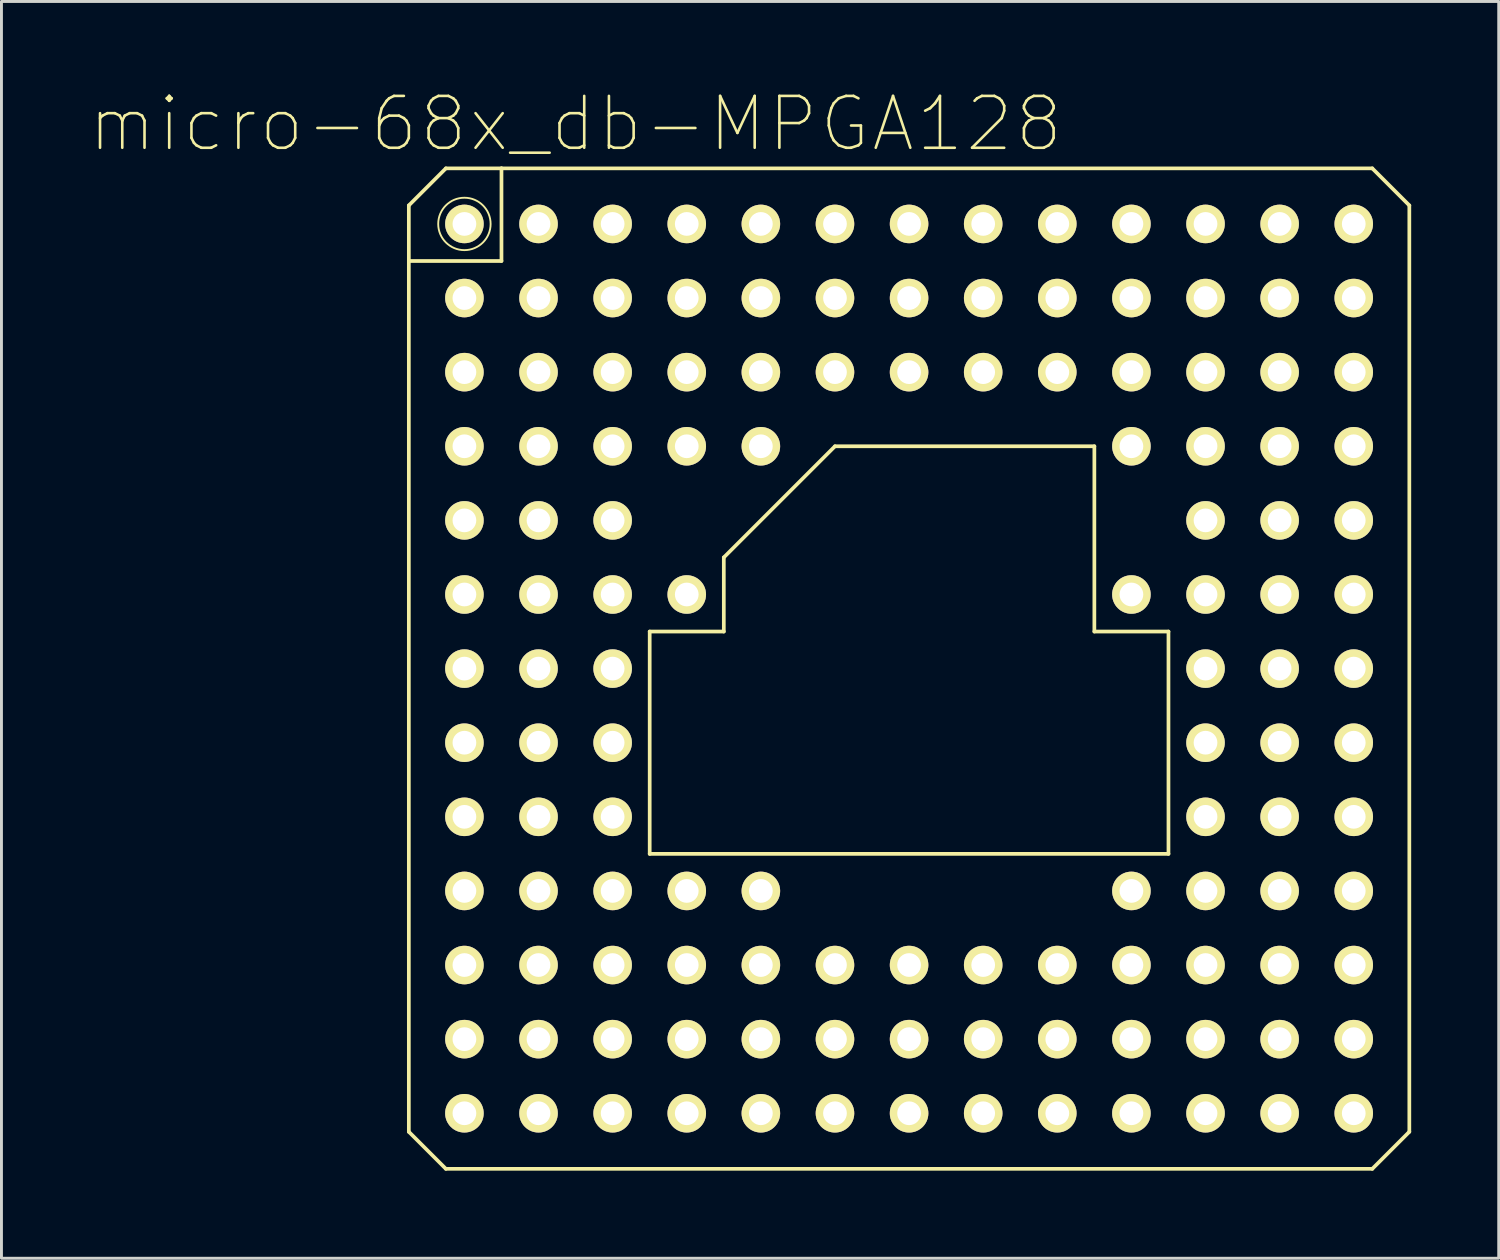
<source format=kicad_pcb>
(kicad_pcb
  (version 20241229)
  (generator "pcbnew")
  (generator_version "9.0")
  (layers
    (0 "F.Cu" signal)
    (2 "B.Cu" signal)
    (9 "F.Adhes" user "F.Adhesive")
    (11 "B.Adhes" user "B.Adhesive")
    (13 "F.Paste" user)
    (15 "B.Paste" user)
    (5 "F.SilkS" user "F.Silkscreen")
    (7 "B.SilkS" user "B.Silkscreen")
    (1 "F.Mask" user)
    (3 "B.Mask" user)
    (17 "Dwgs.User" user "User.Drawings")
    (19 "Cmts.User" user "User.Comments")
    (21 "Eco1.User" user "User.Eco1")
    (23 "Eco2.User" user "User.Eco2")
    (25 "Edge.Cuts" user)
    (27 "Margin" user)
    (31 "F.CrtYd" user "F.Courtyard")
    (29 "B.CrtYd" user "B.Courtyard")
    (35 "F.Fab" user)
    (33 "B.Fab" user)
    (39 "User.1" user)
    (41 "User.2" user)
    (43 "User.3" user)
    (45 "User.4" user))
  (footprint "micro-68x_db-MPGA128"
    (layer "F.Cu")
    (at 28.107 19.865)
    (property "Reference" "micro-68x_db-MPGA128" (at -11.43 -18.669 0) (layer "F.SilkS") (effects (font (size 1.778 1.778) (thickness 0.089))))
    (attr exclude_from_pos_files exclude_from_bom)
    (fp_line (start -17.145 -15.875) (end -15.875 -17.145) (stroke (width 0.127) (type solid)) (layer "F.SilkS"))
    (fp_line (start -17.145 -13.97) (end -17.145 -15.875) (stroke (width 0.127) (type solid)) (layer "F.SilkS"))
    (fp_line (start -17.145 -13.97) (end -13.97 -13.97) (stroke (width 0.127) (type solid)) (layer "F.SilkS"))
    (fp_line (start -17.145 15.875) (end -17.145 -13.97) (stroke (width 0.127) (type solid)) (layer "F.SilkS"))
    (fp_line (start -15.875 -17.145) (end -13.97 -17.145) (stroke (width 0.127) (type solid)) (layer "F.SilkS"))
    (fp_line (start -15.875 17.145) (end -17.145 15.875) (stroke (width 0.127) (type solid)) (layer "F.SilkS"))
    (fp_line (start -13.97 -17.145) (end 15.875 -17.145) (stroke (width 0.127) (type solid)) (layer "F.SilkS"))
    (fp_line (start -13.97 -13.97) (end -13.97 -17.145) (stroke (width 0.127) (type solid)) (layer "F.SilkS"))
    (fp_line (start -8.89 6.35) (end -8.89 -1.27) (stroke (width 0.127) (type solid)) (layer "F.SilkS"))
    (fp_line (start -6.35 -3.81) (end -2.54 -7.62) (stroke (width 0.127) (type solid)) (layer "F.SilkS"))
    (fp_line (start -6.35 -1.27) (end -8.89 -1.27) (stroke (width 0.127) (type solid)) (layer "F.SilkS"))
    (fp_line (start -6.35 -1.27) (end -6.35 -3.81) (stroke (width 0.127) (type solid)) (layer "F.SilkS"))
    (fp_line (start -2.54 -7.62) (end 6.35 -7.62) (stroke (width 0.127) (type solid)) (layer "F.SilkS"))
    (fp_line (start 6.35 -7.62) (end 6.35 -1.27) (stroke (width 0.127) (type solid)) (layer "F.SilkS"))
    (fp_line (start 6.35 -1.27) (end 8.89 -1.27) (stroke (width 0.127) (type solid)) (layer "F.SilkS"))
    (fp_line (start 8.89 -1.27) (end 8.89 6.35) (stroke (width 0.127) (type solid)) (layer "F.SilkS"))
    (fp_line (start 8.89 6.35) (end -8.89 6.35) (stroke (width 0.127) (type solid)) (layer "F.SilkS"))
    (fp_line (start 15.875 -17.145) (end 17.145 -15.875) (stroke (width 0.127) (type solid)) (layer "F.SilkS"))
    (fp_line (start 15.875 17.145) (end -15.875 17.145) (stroke (width 0.127) (type solid)) (layer "F.SilkS"))
    (fp_line (start 17.145 -15.875) (end 17.145 15.875) (stroke (width 0.127) (type solid)) (layer "F.SilkS"))
    (fp_line (start 17.145 15.875) (end 15.875 17.145) (stroke (width 0.127) (type solid)) (layer "F.SilkS"))
    (fp_circle (center -15.24 -15.24) (end -15.875 -15.875) (stroke (width 0.064) (type solid)) (fill no) (layer "F.SilkS"))
    (pad "A01" thru_hole circle (at -15.24 -15.24) (size 1.321 1.321) (drill 0.813) (layers "*.Cu" "*.Mask" "F.SilkS"))
    (pad "A02" thru_hole circle (at -12.7 -15.24) (size 1.321 1.321) (drill 0.813) (layers "*.Cu" "*.Mask" "F.SilkS"))
    (pad "A03" thru_hole circle (at -10.16 -15.24) (size 1.321 1.321) (drill 0.813) (layers "*.Cu" "*.Mask" "F.SilkS"))
    (pad "A04" thru_hole circle (at -7.62 -15.24) (size 1.321 1.321) (drill 0.813) (layers "*.Cu" "*.Mask" "F.SilkS"))
    (pad "A05" thru_hole circle (at -5.08 -15.24) (size 1.321 1.321) (drill 0.813) (layers "*.Cu" "*.Mask" "F.SilkS"))
    (pad "A06" thru_hole circle (at -2.54 -15.24) (size 1.321 1.321) (drill 0.813) (layers "*.Cu" "*.Mask" "F.SilkS"))
    (pad "A07" thru_hole circle (at 0 -15.24) (size 1.321 1.321) (drill 0.813) (layers "*.Cu" "*.Mask" "F.SilkS"))
    (pad "A08" thru_hole circle (at 2.54 -15.24) (size 1.321 1.321) (drill 0.813) (layers "*.Cu" "*.Mask" "F.SilkS"))
    (pad "A09" thru_hole circle (at 5.08 -15.24) (size 1.321 1.321) (drill 0.813) (layers "*.Cu" "*.Mask" "F.SilkS"))
    (pad "A10" thru_hole circle (at 7.62 -15.24) (size 1.321 1.321) (drill 0.813) (layers "*.Cu" "*.Mask" "F.SilkS"))
    (pad "A11" thru_hole circle (at 10.16 -15.24) (size 1.321 1.321) (drill 0.813) (layers "*.Cu" "*.Mask" "F.SilkS"))
    (pad "A12" thru_hole circle (at 12.7 -15.24) (size 1.321 1.321) (drill 0.813) (layers "*.Cu" "*.Mask" "F.SilkS"))
    (pad "A13" thru_hole circle (at 15.24 -15.24) (size 1.321 1.321) (drill 0.813) (layers "*.Cu" "*.Mask" "F.SilkS"))
    (pad "B01" thru_hole circle (at -15.24 -12.7) (size 1.321 1.321) (drill 0.813) (layers "*.Cu" "*.Mask" "F.SilkS"))
    (pad "B02" thru_hole circle (at -12.7 -12.7) (size 1.321 1.321) (drill 0.813) (layers "*.Cu" "*.Mask" "F.SilkS"))
    (pad "B03" thru_hole circle (at -10.16 -12.7) (size 1.321 1.321) (drill 0.813) (layers "*.Cu" "*.Mask" "F.SilkS"))
    (pad "B04" thru_hole circle (at -7.62 -12.7) (size 1.321 1.321) (drill 0.813) (layers "*.Cu" "*.Mask" "F.SilkS"))
    (pad "B05" thru_hole circle (at -5.08 -12.7) (size 1.321 1.321) (drill 0.813) (layers "*.Cu" "*.Mask" "F.SilkS"))
    (pad "B06" thru_hole circle (at -2.54 -12.7) (size 1.321 1.321) (drill 0.813) (layers "*.Cu" "*.Mask" "F.SilkS"))
    (pad "B07" thru_hole circle (at 0 -12.7) (size 1.321 1.321) (drill 0.813) (layers "*.Cu" "*.Mask" "F.SilkS"))
    (pad "B08" thru_hole circle (at 2.54 -12.7) (size 1.321 1.321) (drill 0.813) (layers "*.Cu" "*.Mask" "F.SilkS"))
    (pad "B09" thru_hole circle (at 5.08 -12.7) (size 1.321 1.321) (drill 0.813) (layers "*.Cu" "*.Mask" "F.SilkS"))
    (pad "B10" thru_hole circle (at 7.62 -12.7) (size 1.321 1.321) (drill 0.813) (layers "*.Cu" "*.Mask" "F.SilkS"))
    (pad "B11" thru_hole circle (at 10.16 -12.7) (size 1.321 1.321) (drill 0.813) (layers "*.Cu" "*.Mask" "F.SilkS"))
    (pad "B12" thru_hole circle (at 12.7 -12.7) (size 1.321 1.321) (drill 0.813) (layers "*.Cu" "*.Mask" "F.SilkS"))
    (pad "B13" thru_hole circle (at 15.24 -12.7) (size 1.321 1.321) (drill 0.813) (layers "*.Cu" "*.Mask" "F.SilkS"))
    (pad "C01" thru_hole circle (at -15.24 -10.16) (size 1.321 1.321) (drill 0.813) (layers "*.Cu" "*.Mask" "F.SilkS"))
    (pad "C02" thru_hole circle (at -12.7 -10.16) (size 1.321 1.321) (drill 0.813) (layers "*.Cu" "*.Mask" "F.SilkS"))
    (pad "C03" thru_hole circle (at -10.16 -10.16) (size 1.321 1.321) (drill 0.813) (layers "*.Cu" "*.Mask" "F.SilkS"))
    (pad "C04" thru_hole circle (at -7.62 -10.16) (size 1.321 1.321) (drill 0.813) (layers "*.Cu" "*.Mask" "F.SilkS"))
    (pad "C05" thru_hole circle (at -5.08 -10.16) (size 1.321 1.321) (drill 0.813) (layers "*.Cu" "*.Mask" "F.SilkS"))
    (pad "C06" thru_hole circle (at -2.54 -10.16) (size 1.321 1.321) (drill 0.813) (layers "*.Cu" "*.Mask" "F.SilkS"))
    (pad "C07" thru_hole circle (at 0 -10.16) (size 1.321 1.321) (drill 0.813) (layers "*.Cu" "*.Mask" "F.SilkS"))
    (pad "C08" thru_hole circle (at 2.54 -10.16) (size 1.321 1.321) (drill 0.813) (layers "*.Cu" "*.Mask" "F.SilkS"))
    (pad "C09" thru_hole circle (at 5.08 -10.16) (size 1.321 1.321) (drill 0.813) (layers "*.Cu" "*.Mask" "F.SilkS"))
    (pad "C10" thru_hole circle (at 7.62 -10.16) (size 1.321 1.321) (drill 0.813) (layers "*.Cu" "*.Mask" "F.SilkS"))
    (pad "C11" thru_hole circle (at 10.16 -10.16) (size 1.321 1.321) (drill 0.813) (layers "*.Cu" "*.Mask" "F.SilkS"))
    (pad "C12" thru_hole circle (at 12.7 -10.16) (size 1.321 1.321) (drill 0.813) (layers "*.Cu" "*.Mask" "F.SilkS"))
    (pad "C13" thru_hole circle (at 15.24 -10.16) (size 1.321 1.321) (drill 0.813) (layers "*.Cu" "*.Mask" "F.SilkS"))
    (pad "D01" thru_hole circle (at -15.24 -7.62) (size 1.321 1.321) (drill 0.813) (layers "*.Cu" "*.Mask" "F.SilkS"))
    (pad "D02" thru_hole circle (at -12.7 -7.62) (size 1.321 1.321) (drill 0.813) (layers "*.Cu" "*.Mask" "F.SilkS"))
    (pad "D03" thru_hole circle (at -10.16 -7.62) (size 1.321 1.321) (drill 0.813) (layers "*.Cu" "*.Mask" "F.SilkS"))
    (pad "D04" thru_hole circle (at -7.62 -7.62) (size 1.321 1.321) (drill 0.813) (layers "*.Cu" "*.Mask" "F.SilkS"))
    (pad "D05" thru_hole circle (at -5.08 -7.62) (size 1.321 1.321) (drill 0.813) (layers "*.Cu" "*.Mask" "F.SilkS"))
    (pad "D10" thru_hole circle (at 7.62 -7.62) (size 1.321 1.321) (drill 0.813) (layers "*.Cu" "*.Mask" "F.SilkS"))
    (pad "D11" thru_hole circle (at 10.16 -7.62) (size 1.321 1.321) (drill 0.813) (layers "*.Cu" "*.Mask" "F.SilkS"))
    (pad "D12" thru_hole circle (at 12.7 -7.62) (size 1.321 1.321) (drill 0.813) (layers "*.Cu" "*.Mask" "F.SilkS"))
    (pad "D13" thru_hole circle (at 15.24 -7.62) (size 1.321 1.321) (drill 0.813) (layers "*.Cu" "*.Mask" "F.SilkS"))
    (pad "E01" thru_hole circle (at -15.24 -5.08) (size 1.321 1.321) (drill 0.813) (layers "*.Cu" "*.Mask" "F.SilkS"))
    (pad "E02" thru_hole circle (at -12.7 -5.08) (size 1.321 1.321) (drill 0.813) (layers "*.Cu" "*.Mask" "F.SilkS"))
    (pad "E03" thru_hole circle (at -10.16 -5.08) (size 1.321 1.321) (drill 0.813) (layers "*.Cu" "*.Mask" "F.SilkS"))
    (pad "E11" thru_hole circle (at 10.16 -5.08) (size 1.321 1.321) (drill 0.813) (layers "*.Cu" "*.Mask" "F.SilkS"))
    (pad "E12" thru_hole circle (at 12.7 -5.08) (size 1.321 1.321) (drill 0.813) (layers "*.Cu" "*.Mask" "F.SilkS"))
    (pad "E13" thru_hole circle (at 15.24 -5.08) (size 1.321 1.321) (drill 0.813) (layers "*.Cu" "*.Mask" "F.SilkS"))
    (pad "F01" thru_hole circle (at -15.24 -2.54) (size 1.321 1.321) (drill 0.813) (layers "*.Cu" "*.Mask" "F.SilkS"))
    (pad "F02" thru_hole circle (at -12.7 -2.54) (size 1.321 1.321) (drill 0.813) (layers "*.Cu" "*.Mask" "F.SilkS"))
    (pad "F03" thru_hole circle (at -10.16 -2.54) (size 1.321 1.321) (drill 0.813) (layers "*.Cu" "*.Mask" "F.SilkS"))
    (pad "F04" thru_hole circle (at -7.62 -2.54) (size 1.321 1.321) (drill 0.813) (layers "*.Cu" "*.Mask" "F.SilkS"))
    (pad "F10" thru_hole circle (at 7.62 -2.54) (size 1.321 1.321) (drill 0.813) (layers "*.Cu" "*.Mask" "F.SilkS"))
    (pad "F11" thru_hole circle (at 10.16 -2.54) (size 1.321 1.321) (drill 0.813) (layers "*.Cu" "*.Mask" "F.SilkS"))
    (pad "F12" thru_hole circle (at 12.7 -2.54) (size 1.321 1.321) (drill 0.813) (layers "*.Cu" "*.Mask" "F.SilkS"))
    (pad "F13" thru_hole circle (at 15.24 -2.54) (size 1.321 1.321) (drill 0.813) (layers "*.Cu" "*.Mask" "F.SilkS"))
    (pad "G01" thru_hole circle (at -15.24 0) (size 1.321 1.321) (drill 0.813) (layers "*.Cu" "*.Mask" "F.SilkS"))
    (pad "G02" thru_hole circle (at -12.7 0) (size 1.321 1.321) (drill 0.813) (layers "*.Cu" "*.Mask" "F.SilkS"))
    (pad "G03" thru_hole circle (at -10.16 0) (size 1.321 1.321) (drill 0.813) (layers "*.Cu" "*.Mask" "F.SilkS"))
    (pad "G11" thru_hole circle (at 10.16 0) (size 1.321 1.321) (drill 0.813) (layers "*.Cu" "*.Mask" "F.SilkS"))
    (pad "G12" thru_hole circle (at 12.7 0) (size 1.321 1.321) (drill 0.813) (layers "*.Cu" "*.Mask" "F.SilkS"))
    (pad "G13" thru_hole circle (at 15.24 0) (size 1.321 1.321) (drill 0.813) (layers "*.Cu" "*.Mask" "F.SilkS"))
    (pad "H01" thru_hole circle (at -15.24 2.54) (size 1.321 1.321) (drill 0.813) (layers "*.Cu" "*.Mask" "F.SilkS"))
    (pad "H02" thru_hole circle (at -12.7 2.54) (size 1.321 1.321) (drill 0.813) (layers "*.Cu" "*.Mask" "F.SilkS"))
    (pad "H03" thru_hole circle (at -10.16 2.54) (size 1.321 1.321) (drill 0.813) (layers "*.Cu" "*.Mask" "F.SilkS"))
    (pad "H11" thru_hole circle (at 10.16 2.54) (size 1.321 1.321) (drill 0.813) (layers "*.Cu" "*.Mask" "F.SilkS"))
    (pad "H12" thru_hole circle (at 12.7 2.54) (size 1.321 1.321) (drill 0.813) (layers "*.Cu" "*.Mask" "F.SilkS"))
    (pad "H13" thru_hole circle (at 15.24 2.54) (size 1.321 1.321) (drill 0.813) (layers "*.Cu" "*.Mask" "F.SilkS"))
    (pad "J01" thru_hole circle (at -15.24 5.08) (size 1.321 1.321) (drill 0.813) (layers "*.Cu" "*.Mask" "F.SilkS"))
    (pad "J02" thru_hole circle (at -12.7 5.08) (size 1.321 1.321) (drill 0.813) (layers "*.Cu" "*.Mask" "F.SilkS"))
    (pad "J03" thru_hole circle (at -10.16 5.08) (size 1.321 1.321) (drill 0.813) (layers "*.Cu" "*.Mask" "F.SilkS"))
    (pad "J11" thru_hole circle (at 10.16 5.08) (size 1.321 1.321) (drill 0.813) (layers "*.Cu" "*.Mask" "F.SilkS"))
    (pad "J12" thru_hole circle (at 12.7 5.08) (size 1.321 1.321) (drill 0.813) (layers "*.Cu" "*.Mask" "F.SilkS"))
    (pad "J13" thru_hole circle (at 15.24 5.08) (size 1.321 1.321) (drill 0.813) (layers "*.Cu" "*.Mask" "F.SilkS"))
    (pad "K01" thru_hole circle (at -15.24 7.62) (size 1.321 1.321) (drill 0.813) (layers "*.Cu" "*.Mask" "F.SilkS"))
    (pad "K02" thru_hole circle (at -12.7 7.62) (size 1.321 1.321) (drill 0.813) (layers "*.Cu" "*.Mask" "F.SilkS"))
    (pad "K03" thru_hole circle (at -10.16 7.62) (size 1.321 1.321) (drill 0.813) (layers "*.Cu" "*.Mask" "F.SilkS"))
    (pad "K04" thru_hole circle (at -7.62 7.62) (size 1.321 1.321) (drill 0.813) (layers "*.Cu" "*.Mask" "F.SilkS"))
    (pad "K05" thru_hole circle (at -5.08 7.62) (size 1.321 1.321) (drill 0.813) (layers "*.Cu" "*.Mask" "F.SilkS"))
    (pad "K10" thru_hole circle (at 7.62 7.62) (size 1.321 1.321) (drill 0.813) (layers "*.Cu" "*.Mask" "F.SilkS"))
    (pad "K11" thru_hole circle (at 10.16 7.62) (size 1.321 1.321) (drill 0.813) (layers "*.Cu" "*.Mask" "F.SilkS"))
    (pad "K12" thru_hole circle (at 12.7 7.62) (size 1.321 1.321) (drill 0.813) (layers "*.Cu" "*.Mask" "F.SilkS"))
    (pad "K13" thru_hole circle (at 15.24 7.62) (size 1.321 1.321) (drill 0.813) (layers "*.Cu" "*.Mask" "F.SilkS"))
    (pad "L01" thru_hole circle (at -15.24 10.16) (size 1.321 1.321) (drill 0.813) (layers "*.Cu" "*.Mask" "F.SilkS"))
    (pad "L02" thru_hole circle (at -12.7 10.16) (size 1.321 1.321) (drill 0.813) (layers "*.Cu" "*.Mask" "F.SilkS"))
    (pad "L03" thru_hole circle (at -10.16 10.16) (size 1.321 1.321) (drill 0.813) (layers "*.Cu" "*.Mask" "F.SilkS"))
    (pad "L04" thru_hole circle (at -7.62 10.16) (size 1.321 1.321) (drill 0.813) (layers "*.Cu" "*.Mask" "F.SilkS"))
    (pad "L05" thru_hole circle (at -5.08 10.16) (size 1.321 1.321) (drill 0.813) (layers "*.Cu" "*.Mask" "F.SilkS"))
    (pad "L06" thru_hole circle (at -2.54 10.16) (size 1.321 1.321) (drill 0.813) (layers "*.Cu" "*.Mask" "F.SilkS"))
    (pad "L07" thru_hole circle (at 0 10.16) (size 1.321 1.321) (drill 0.813) (layers "*.Cu" "*.Mask" "F.SilkS"))
    (pad "L08" thru_hole circle (at 2.54 10.16) (size 1.321 1.321) (drill 0.813) (layers "*.Cu" "*.Mask" "F.SilkS"))
    (pad "L09" thru_hole circle (at 5.08 10.16) (size 1.321 1.321) (drill 0.813) (layers "*.Cu" "*.Mask" "F.SilkS"))
    (pad "L10" thru_hole circle (at 7.62 10.16) (size 1.321 1.321) (drill 0.813) (layers "*.Cu" "*.Mask" "F.SilkS"))
    (pad "L11" thru_hole circle (at 10.16 10.16) (size 1.321 1.321) (drill 0.813) (layers "*.Cu" "*.Mask" "F.SilkS"))
    (pad "L12" thru_hole circle (at 12.7 10.16) (size 1.321 1.321) (drill 0.813) (layers "*.Cu" "*.Mask" "F.SilkS"))
    (pad "L13" thru_hole circle (at 15.24 10.16) (size 1.321 1.321) (drill 0.813) (layers "*.Cu" "*.Mask" "F.SilkS"))
    (pad "M01" thru_hole circle (at -15.24 12.7) (size 1.321 1.321) (drill 0.813) (layers "*.Cu" "*.Mask" "F.SilkS"))
    (pad "M02" thru_hole circle (at -12.7 12.7) (size 1.321 1.321) (drill 0.813) (layers "*.Cu" "*.Mask" "F.SilkS"))
    (pad "M03" thru_hole circle (at -10.16 12.7) (size 1.321 1.321) (drill 0.813) (layers "*.Cu" "*.Mask" "F.SilkS"))
    (pad "M04" thru_hole circle (at -7.62 12.7) (size 1.321 1.321) (drill 0.813) (layers "*.Cu" "*.Mask" "F.SilkS"))
    (pad "M05" thru_hole circle (at -5.08 12.7) (size 1.321 1.321) (drill 0.813) (layers "*.Cu" "*.Mask" "F.SilkS"))
    (pad "M06" thru_hole circle (at -2.54 12.7) (size 1.321 1.321) (drill 0.813) (layers "*.Cu" "*.Mask" "F.SilkS"))
    (pad "M07" thru_hole circle (at 0 12.7) (size 1.321 1.321) (drill 0.813) (layers "*.Cu" "*.Mask" "F.SilkS"))
    (pad "M08" thru_hole circle (at 2.54 12.7) (size 1.321 1.321) (drill 0.813) (layers "*.Cu" "*.Mask" "F.SilkS"))
    (pad "M09" thru_hole circle (at 5.08 12.7) (size 1.321 1.321) (drill 0.813) (layers "*.Cu" "*.Mask" "F.SilkS"))
    (pad "M10" thru_hole circle (at 7.62 12.7) (size 1.321 1.321) (drill 0.813) (layers "*.Cu" "*.Mask" "F.SilkS"))
    (pad "M11" thru_hole circle (at 10.16 12.7) (size 1.321 1.321) (drill 0.813) (layers "*.Cu" "*.Mask" "F.SilkS"))
    (pad "M12" thru_hole circle (at 12.7 12.7) (size 1.321 1.321) (drill 0.813) (layers "*.Cu" "*.Mask" "F.SilkS"))
    (pad "M13" thru_hole circle (at 15.24 12.7) (size 1.321 1.321) (drill 0.813) (layers "*.Cu" "*.Mask" "F.SilkS"))
    (pad "N01" thru_hole circle (at -15.24 15.24) (size 1.321 1.321) (drill 0.813) (layers "*.Cu" "*.Mask" "F.SilkS"))
    (pad "N02" thru_hole circle (at -12.7 15.24) (size 1.321 1.321) (drill 0.813) (layers "*.Cu" "*.Mask" "F.SilkS"))
    (pad "N03" thru_hole circle (at -10.16 15.24) (size 1.321 1.321) (drill 0.813) (layers "*.Cu" "*.Mask" "F.SilkS"))
    (pad "N04" thru_hole circle (at -7.62 15.24) (size 1.321 1.321) (drill 0.813) (layers "*.Cu" "*.Mask" "F.SilkS"))
    (pad "N05" thru_hole circle (at -5.08 15.24) (size 1.321 1.321) (drill 0.813) (layers "*.Cu" "*.Mask" "F.SilkS"))
    (pad "N06" thru_hole circle (at -2.54 15.24) (size 1.321 1.321) (drill 0.813) (layers "*.Cu" "*.Mask" "F.SilkS"))
    (pad "N07" thru_hole circle (at 0 15.24) (size 1.321 1.321) (drill 0.813) (layers "*.Cu" "*.Mask" "F.SilkS"))
    (pad "N08" thru_hole circle (at 2.54 15.24) (size 1.321 1.321) (drill 0.813) (layers "*.Cu" "*.Mask" "F.SilkS"))
    (pad "N09" thru_hole circle (at 5.08 15.24) (size 1.321 1.321) (drill 0.813) (layers "*.Cu" "*.Mask" "F.SilkS"))
    (pad "N10" thru_hole circle (at 7.62 15.24) (size 1.321 1.321) (drill 0.813) (layers "*.Cu" "*.Mask" "F.SilkS"))
    (pad "N11" thru_hole circle (at 10.16 15.24) (size 1.321 1.321) (drill 0.813) (layers "*.Cu" "*.Mask" "F.SilkS"))
    (pad "N12" thru_hole circle (at 12.7 15.24) (size 1.321 1.321) (drill 0.813) (layers "*.Cu" "*.Mask" "F.SilkS"))
    (pad "N13" thru_hole circle (at 15.24 15.24) (size 1.321 1.321) (drill 0.813) (layers "*.Cu" "*.Mask" "F.SilkS")))
  (gr_rect
    (start -3 -3)
    (end 48.316 40.074)
    (stroke (width 0.1) (type default))
    (fill no)
    (layer "Edge.Cuts")))
</source>
